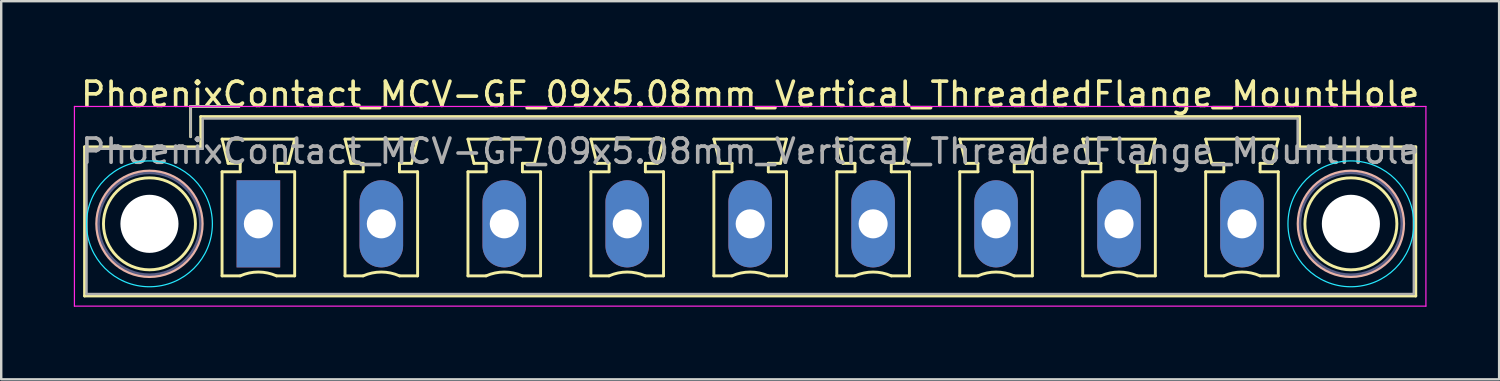
<source format=kicad_pcb>
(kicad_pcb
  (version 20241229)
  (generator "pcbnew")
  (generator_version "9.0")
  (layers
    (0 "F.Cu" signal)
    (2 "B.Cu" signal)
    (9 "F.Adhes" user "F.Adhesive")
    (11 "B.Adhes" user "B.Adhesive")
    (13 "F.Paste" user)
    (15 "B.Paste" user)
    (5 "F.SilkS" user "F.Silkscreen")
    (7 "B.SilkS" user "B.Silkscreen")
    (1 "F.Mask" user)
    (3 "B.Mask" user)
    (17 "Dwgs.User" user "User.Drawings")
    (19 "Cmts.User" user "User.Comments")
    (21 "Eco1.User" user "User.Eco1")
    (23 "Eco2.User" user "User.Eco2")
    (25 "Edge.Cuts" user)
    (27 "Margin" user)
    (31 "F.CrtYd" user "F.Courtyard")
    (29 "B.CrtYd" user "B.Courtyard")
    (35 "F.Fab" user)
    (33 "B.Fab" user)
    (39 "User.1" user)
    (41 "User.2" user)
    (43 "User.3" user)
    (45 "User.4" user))
  (footprint "PhoenixContact_MCV-GF_09x5.08mm_Vertical_ThreadedFlange_MountHole"
    (layer "F.Cu")
    (at 7.625 6.198)
    (property "Reference" "PhoenixContact_MCV-GF_09x5.08mm_Vertical_ThreadedFlange_MountHole" (at 20.32 -5.35 0) (layer "F.SilkS") (effects (font (size 1 1) (thickness 0.15))))
    (attr through_hole)
    (fp_line (start -7.18 -3.18) (end -7.18 2.98) (stroke (width 0.12) (type solid)) (layer "F.SilkS"))
    (fp_line (start -7.18 2.98) (end 47.82 2.98) (stroke (width 0.12) (type solid)) (layer "F.SilkS"))
    (fp_line (start -2.8 -4.85) (end -0.8 -4.85) (stroke (width 0.12) (type solid)) (layer "F.SilkS"))
    (fp_line (start -2.8 -3.6) (end -2.8 -4.85) (stroke (width 0.12) (type solid)) (layer "F.SilkS"))
    (fp_line (start -2.38 -4.43) (end -2.38 -3.18) (stroke (width 0.12) (type solid)) (layer "F.SilkS"))
    (fp_line (start -2.38 -3.18) (end -7.18 -3.18) (stroke (width 0.12) (type solid)) (layer "F.SilkS"))
    (fp_line (start -1.5 -3.5) (end 1.5 -3.5) (stroke (width 0.12) (type solid)) (layer "F.SilkS"))
    (fp_line (start -1.5 -2.15) (end -0.75 -2.15) (stroke (width 0.12) (type solid)) (layer "F.SilkS"))
    (fp_line (start -1.5 2.15) (end -1.5 -2.15) (stroke (width 0.12) (type solid)) (layer "F.SilkS"))
    (fp_line (start -1.25 -2.5) (end -1.5 -3.5) (stroke (width 0.12) (type solid)) (layer "F.SilkS"))
    (fp_line (start -0.75 -2.5) (end -1.25 -2.5) (stroke (width 0.12) (type solid)) (layer "F.SilkS"))
    (fp_line (start -0.75 -2.15) (end -0.75 -2.5) (stroke (width 0.12) (type solid)) (layer "F.SilkS"))
    (fp_line (start -0.75 2.15) (end -1.5 2.15) (stroke (width 0.12) (type solid)) (layer "F.SilkS"))
    (fp_line (start 0.75 -2.5) (end 0.75 -2.15) (stroke (width 0.12) (type solid)) (layer "F.SilkS"))
    (fp_line (start 0.75 -2.15) (end 1.5 -2.15) (stroke (width 0.12) (type solid)) (layer "F.SilkS"))
    (fp_line (start 1.25 -2.5) (end 0.75 -2.5) (stroke (width 0.12) (type solid)) (layer "F.SilkS"))
    (fp_line (start 1.5 -3.5) (end 1.25 -2.5) (stroke (width 0.12) (type solid)) (layer "F.SilkS"))
    (fp_line (start 1.5 -2.15) (end 1.5 2.15) (stroke (width 0.12) (type solid)) (layer "F.SilkS"))
    (fp_line (start 1.5 2.15) (end 0.75 2.15) (stroke (width 0.12) (type solid)) (layer "F.SilkS"))
    (fp_line (start 3.58 -3.5) (end 6.58 -3.5) (stroke (width 0.12) (type solid)) (layer "F.SilkS"))
    (fp_line (start 3.58 -2.15) (end 4.33 -2.15) (stroke (width 0.12) (type solid)) (layer "F.SilkS"))
    (fp_line (start 3.58 2.15) (end 3.58 -2.15) (stroke (width 0.12) (type solid)) (layer "F.SilkS"))
    (fp_line (start 3.83 -2.5) (end 3.58 -3.5) (stroke (width 0.12) (type solid)) (layer "F.SilkS"))
    (fp_line (start 4.33 -2.5) (end 3.83 -2.5) (stroke (width 0.12) (type solid)) (layer "F.SilkS"))
    (fp_line (start 4.33 -2.15) (end 4.33 -2.5) (stroke (width 0.12) (type solid)) (layer "F.SilkS"))
    (fp_line (start 4.33 2.15) (end 3.58 2.15) (stroke (width 0.12) (type solid)) (layer "F.SilkS"))
    (fp_line (start 5.83 -2.5) (end 5.83 -2.15) (stroke (width 0.12) (type solid)) (layer "F.SilkS"))
    (fp_line (start 5.83 -2.15) (end 6.58 -2.15) (stroke (width 0.12) (type solid)) (layer "F.SilkS"))
    (fp_line (start 6.33 -2.5) (end 5.83 -2.5) (stroke (width 0.12) (type solid)) (layer "F.SilkS"))
    (fp_line (start 6.58 -3.5) (end 6.33 -2.5) (stroke (width 0.12) (type solid)) (layer "F.SilkS"))
    (fp_line (start 6.58 -2.15) (end 6.58 2.15) (stroke (width 0.12) (type solid)) (layer "F.SilkS"))
    (fp_line (start 6.58 2.15) (end 5.83 2.15) (stroke (width 0.12) (type solid)) (layer "F.SilkS"))
    (fp_line (start 8.66 -3.5) (end 11.66 -3.5) (stroke (width 0.12) (type solid)) (layer "F.SilkS"))
    (fp_line (start 8.66 -2.15) (end 9.41 -2.15) (stroke (width 0.12) (type solid)) (layer "F.SilkS"))
    (fp_line (start 8.66 2.15) (end 8.66 -2.15) (stroke (width 0.12) (type solid)) (layer "F.SilkS"))
    (fp_line (start 8.91 -2.5) (end 8.66 -3.5) (stroke (width 0.12) (type solid)) (layer "F.SilkS"))
    (fp_line (start 9.41 -2.5) (end 8.91 -2.5) (stroke (width 0.12) (type solid)) (layer "F.SilkS"))
    (fp_line (start 9.41 -2.15) (end 9.41 -2.5) (stroke (width 0.12) (type solid)) (layer "F.SilkS"))
    (fp_line (start 9.41 2.15) (end 8.66 2.15) (stroke (width 0.12) (type solid)) (layer "F.SilkS"))
    (fp_line (start 10.91 -2.5) (end 10.91 -2.15) (stroke (width 0.12) (type solid)) (layer "F.SilkS"))
    (fp_line (start 10.91 -2.15) (end 11.66 -2.15) (stroke (width 0.12) (type solid)) (layer "F.SilkS"))
    (fp_line (start 11.41 -2.5) (end 10.91 -2.5) (stroke (width 0.12) (type solid)) (layer "F.SilkS"))
    (fp_line (start 11.66 -3.5) (end 11.41 -2.5) (stroke (width 0.12) (type solid)) (layer "F.SilkS"))
    (fp_line (start 11.66 -2.15) (end 11.66 2.15) (stroke (width 0.12) (type solid)) (layer "F.SilkS"))
    (fp_line (start 11.66 2.15) (end 10.91 2.15) (stroke (width 0.12) (type solid)) (layer "F.SilkS"))
    (fp_line (start 13.74 -3.5) (end 16.74 -3.5) (stroke (width 0.12) (type solid)) (layer "F.SilkS"))
    (fp_line (start 13.74 -2.15) (end 14.49 -2.15) (stroke (width 0.12) (type solid)) (layer "F.SilkS"))
    (fp_line (start 13.74 2.15) (end 13.74 -2.15) (stroke (width 0.12) (type solid)) (layer "F.SilkS"))
    (fp_line (start 13.99 -2.5) (end 13.74 -3.5) (stroke (width 0.12) (type solid)) (layer "F.SilkS"))
    (fp_line (start 14.49 -2.5) (end 13.99 -2.5) (stroke (width 0.12) (type solid)) (layer "F.SilkS"))
    (fp_line (start 14.49 -2.15) (end 14.49 -2.5) (stroke (width 0.12) (type solid)) (layer "F.SilkS"))
    (fp_line (start 14.49 2.15) (end 13.74 2.15) (stroke (width 0.12) (type solid)) (layer "F.SilkS"))
    (fp_line (start 15.99 -2.5) (end 15.99 -2.15) (stroke (width 0.12) (type solid)) (layer "F.SilkS"))
    (fp_line (start 15.99 -2.15) (end 16.74 -2.15) (stroke (width 0.12) (type solid)) (layer "F.SilkS"))
    (fp_line (start 16.49 -2.5) (end 15.99 -2.5) (stroke (width 0.12) (type solid)) (layer "F.SilkS"))
    (fp_line (start 16.74 -3.5) (end 16.49 -2.5) (stroke (width 0.12) (type solid)) (layer "F.SilkS"))
    (fp_line (start 16.74 -2.15) (end 16.74 2.15) (stroke (width 0.12) (type solid)) (layer "F.SilkS"))
    (fp_line (start 16.74 2.15) (end 15.99 2.15) (stroke (width 0.12) (type solid)) (layer "F.SilkS"))
    (fp_line (start 18.82 -3.5) (end 21.82 -3.5) (stroke (width 0.12) (type solid)) (layer "F.SilkS"))
    (fp_line (start 18.82 -2.15) (end 19.57 -2.15) (stroke (width 0.12) (type solid)) (layer "F.SilkS"))
    (fp_line (start 18.82 2.15) (end 18.82 -2.15) (stroke (width 0.12) (type solid)) (layer "F.SilkS"))
    (fp_line (start 19.07 -2.5) (end 18.82 -3.5) (stroke (width 0.12) (type solid)) (layer "F.SilkS"))
    (fp_line (start 19.57 -2.5) (end 19.07 -2.5) (stroke (width 0.12) (type solid)) (layer "F.SilkS"))
    (fp_line (start 19.57 -2.15) (end 19.57 -2.5) (stroke (width 0.12) (type solid)) (layer "F.SilkS"))
    (fp_line (start 19.57 2.15) (end 18.82 2.15) (stroke (width 0.12) (type solid)) (layer "F.SilkS"))
    (fp_line (start 21.07 -2.5) (end 21.07 -2.15) (stroke (width 0.12) (type solid)) (layer "F.SilkS"))
    (fp_line (start 21.07 -2.15) (end 21.82 -2.15) (stroke (width 0.12) (type solid)) (layer "F.SilkS"))
    (fp_line (start 21.57 -2.5) (end 21.07 -2.5) (stroke (width 0.12) (type solid)) (layer "F.SilkS"))
    (fp_line (start 21.82 -3.5) (end 21.57 -2.5) (stroke (width 0.12) (type solid)) (layer "F.SilkS"))
    (fp_line (start 21.82 -2.15) (end 21.82 2.15) (stroke (width 0.12) (type solid)) (layer "F.SilkS"))
    (fp_line (start 21.82 2.15) (end 21.07 2.15) (stroke (width 0.12) (type solid)) (layer "F.SilkS"))
    (fp_line (start 23.9 -3.5) (end 26.9 -3.5) (stroke (width 0.12) (type solid)) (layer "F.SilkS"))
    (fp_line (start 23.9 -2.15) (end 24.65 -2.15) (stroke (width 0.12) (type solid)) (layer "F.SilkS"))
    (fp_line (start 23.9 2.15) (end 23.9 -2.15) (stroke (width 0.12) (type solid)) (layer "F.SilkS"))
    (fp_line (start 24.15 -2.5) (end 23.9 -3.5) (stroke (width 0.12) (type solid)) (layer "F.SilkS"))
    (fp_line (start 24.65 -2.5) (end 24.15 -2.5) (stroke (width 0.12) (type solid)) (layer "F.SilkS"))
    (fp_line (start 24.65 -2.15) (end 24.65 -2.5) (stroke (width 0.12) (type solid)) (layer "F.SilkS"))
    (fp_line (start 24.65 2.15) (end 23.9 2.15) (stroke (width 0.12) (type solid)) (layer "F.SilkS"))
    (fp_line (start 26.15 -2.5) (end 26.15 -2.15) (stroke (width 0.12) (type solid)) (layer "F.SilkS"))
    (fp_line (start 26.15 -2.15) (end 26.9 -2.15) (stroke (width 0.12) (type solid)) (layer "F.SilkS"))
    (fp_line (start 26.65 -2.5) (end 26.15 -2.5) (stroke (width 0.12) (type solid)) (layer "F.SilkS"))
    (fp_line (start 26.9 -3.5) (end 26.65 -2.5) (stroke (width 0.12) (type solid)) (layer "F.SilkS"))
    (fp_line (start 26.9 -2.15) (end 26.9 2.15) (stroke (width 0.12) (type solid)) (layer "F.SilkS"))
    (fp_line (start 26.9 2.15) (end 26.15 2.15) (stroke (width 0.12) (type solid)) (layer "F.SilkS"))
    (fp_line (start 28.98 -3.5) (end 31.98 -3.5) (stroke (width 0.12) (type solid)) (layer "F.SilkS"))
    (fp_line (start 28.98 -2.15) (end 29.73 -2.15) (stroke (width 0.12) (type solid)) (layer "F.SilkS"))
    (fp_line (start 28.98 2.15) (end 28.98 -2.15) (stroke (width 0.12) (type solid)) (layer "F.SilkS"))
    (fp_line (start 29.23 -2.5) (end 28.98 -3.5) (stroke (width 0.12) (type solid)) (layer "F.SilkS"))
    (fp_line (start 29.73 -2.5) (end 29.23 -2.5) (stroke (width 0.12) (type solid)) (layer "F.SilkS"))
    (fp_line (start 29.73 -2.15) (end 29.73 -2.5) (stroke (width 0.12) (type solid)) (layer "F.SilkS"))
    (fp_line (start 29.73 2.15) (end 28.98 2.15) (stroke (width 0.12) (type solid)) (layer "F.SilkS"))
    (fp_line (start 31.23 -2.5) (end 31.23 -2.15) (stroke (width 0.12) (type solid)) (layer "F.SilkS"))
    (fp_line (start 31.23 -2.15) (end 31.98 -2.15) (stroke (width 0.12) (type solid)) (layer "F.SilkS"))
    (fp_line (start 31.73 -2.5) (end 31.23 -2.5) (stroke (width 0.12) (type solid)) (layer "F.SilkS"))
    (fp_line (start 31.98 -3.5) (end 31.73 -2.5) (stroke (width 0.12) (type solid)) (layer "F.SilkS"))
    (fp_line (start 31.98 -2.15) (end 31.98 2.15) (stroke (width 0.12) (type solid)) (layer "F.SilkS"))
    (fp_line (start 31.98 2.15) (end 31.23 2.15) (stroke (width 0.12) (type solid)) (layer "F.SilkS"))
    (fp_line (start 34.06 -3.5) (end 37.06 -3.5) (stroke (width 0.12) (type solid)) (layer "F.SilkS"))
    (fp_line (start 34.06 -2.15) (end 34.81 -2.15) (stroke (width 0.12) (type solid)) (layer "F.SilkS"))
    (fp_line (start 34.06 2.15) (end 34.06 -2.15) (stroke (width 0.12) (type solid)) (layer "F.SilkS"))
    (fp_line (start 34.31 -2.5) (end 34.06 -3.5) (stroke (width 0.12) (type solid)) (layer "F.SilkS"))
    (fp_line (start 34.81 -2.5) (end 34.31 -2.5) (stroke (width 0.12) (type solid)) (layer "F.SilkS"))
    (fp_line (start 34.81 -2.15) (end 34.81 -2.5) (stroke (width 0.12) (type solid)) (layer "F.SilkS"))
    (fp_line (start 34.81 2.15) (end 34.06 2.15) (stroke (width 0.12) (type solid)) (layer "F.SilkS"))
    (fp_line (start 36.31 -2.5) (end 36.31 -2.15) (stroke (width 0.12) (type solid)) (layer "F.SilkS"))
    (fp_line (start 36.31 -2.15) (end 37.06 -2.15) (stroke (width 0.12) (type solid)) (layer "F.SilkS"))
    (fp_line (start 36.81 -2.5) (end 36.31 -2.5) (stroke (width 0.12) (type solid)) (layer "F.SilkS"))
    (fp_line (start 37.06 -3.5) (end 36.81 -2.5) (stroke (width 0.12) (type solid)) (layer "F.SilkS"))
    (fp_line (start 37.06 -2.15) (end 37.06 2.15) (stroke (width 0.12) (type solid)) (layer "F.SilkS"))
    (fp_line (start 37.06 2.15) (end 36.31 2.15) (stroke (width 0.12) (type solid)) (layer "F.SilkS"))
    (fp_line (start 39.14 -3.5) (end 42.14 -3.5) (stroke (width 0.12) (type solid)) (layer "F.SilkS"))
    (fp_line (start 39.14 -2.15) (end 39.89 -2.15) (stroke (width 0.12) (type solid)) (layer "F.SilkS"))
    (fp_line (start 39.14 2.15) (end 39.14 -2.15) (stroke (width 0.12) (type solid)) (layer "F.SilkS"))
    (fp_line (start 39.39 -2.5) (end 39.14 -3.5) (stroke (width 0.12) (type solid)) (layer "F.SilkS"))
    (fp_line (start 39.89 -2.5) (end 39.39 -2.5) (stroke (width 0.12) (type solid)) (layer "F.SilkS"))
    (fp_line (start 39.89 -2.15) (end 39.89 -2.5) (stroke (width 0.12) (type solid)) (layer "F.SilkS"))
    (fp_line (start 39.89 2.15) (end 39.14 2.15) (stroke (width 0.12) (type solid)) (layer "F.SilkS"))
    (fp_line (start 41.39 -2.5) (end 41.39 -2.15) (stroke (width 0.12) (type solid)) (layer "F.SilkS"))
    (fp_line (start 41.39 -2.15) (end 42.14 -2.15) (stroke (width 0.12) (type solid)) (layer "F.SilkS"))
    (fp_line (start 41.89 -2.5) (end 41.39 -2.5) (stroke (width 0.12) (type solid)) (layer "F.SilkS"))
    (fp_line (start 42.14 -3.5) (end 41.89 -2.5) (stroke (width 0.12) (type solid)) (layer "F.SilkS"))
    (fp_line (start 42.14 -2.15) (end 42.14 2.15) (stroke (width 0.12) (type solid)) (layer "F.SilkS"))
    (fp_line (start 42.14 2.15) (end 41.39 2.15) (stroke (width 0.12) (type solid)) (layer "F.SilkS"))
    (fp_line (start 43.02 -4.43) (end -2.38 -4.43) (stroke (width 0.12) (type solid)) (layer "F.SilkS"))
    (fp_line (start 43.02 -3.18) (end 43.02 -4.43) (stroke (width 0.12) (type solid)) (layer "F.SilkS"))
    (fp_line (start 47.82 -3.18) (end 43.02 -3.18) (stroke (width 0.12) (type solid)) (layer "F.SilkS"))
    (fp_line (start 47.82 2.98) (end 47.82 -3.18) (stroke (width 0.12) (type solid)) (layer "F.SilkS"))
    (fp_arc (start -0.75 2.15) (mid -0.000193 1.99191) (end 0.749647 2.149844) (stroke (width 0.12) (type solid)) (layer "F.SilkS"))
    (fp_arc (start 4.33 2.15) (mid 5.079807 1.99191) (end 5.829647 2.149844) (stroke (width 0.12) (type solid)) (layer "F.SilkS"))
    (fp_arc (start 9.41 2.15) (mid 10.159807 1.99191) (end 10.909647 2.149844) (stroke (width 0.12) (type solid)) (layer "F.SilkS"))
    (fp_arc (start 14.49 2.15) (mid 15.239807 1.99191) (end 15.989647 2.149844) (stroke (width 0.12) (type solid)) (layer "F.SilkS"))
    (fp_arc (start 19.57 2.15) (mid 20.319807 1.99191) (end 21.069647 2.149844) (stroke (width 0.12) (type solid)) (layer "F.SilkS"))
    (fp_arc (start 24.65 2.15) (mid 25.399807 1.99191) (end 26.149647 2.149844) (stroke (width 0.12) (type solid)) (layer "F.SilkS"))
    (fp_arc (start 29.73 2.15) (mid 30.479807 1.99191) (end 31.229647 2.149844) (stroke (width 0.12) (type solid)) (layer "F.SilkS"))
    (fp_arc (start 34.81 2.15) (mid 35.559807 1.99191) (end 36.309647 2.149844) (stroke (width 0.12) (type solid)) (layer "F.SilkS"))
    (fp_arc (start 39.89 2.15) (mid 40.639807 1.99191) (end 41.389647 2.149844) (stroke (width 0.12) (type solid)) (layer "F.SilkS"))
    (fp_circle (center -4.5 0) (end -2.6 0) (stroke (width 0.12) (type solid)) (fill no) (layer "F.SilkS"))
    (fp_circle (center 45.14 0) (end 47.04 0) (stroke (width 0.12) (type solid)) (fill no) (layer "F.SilkS"))
    (fp_circle (center -4.5 0) (end -2.32 0) (stroke (width 0.12) (type solid)) (fill no) (layer "B.SilkS"))
    (fp_circle (center 45.14 0) (end 47.32 0) (stroke (width 0.12) (type solid)) (fill no) (layer "B.SilkS"))
    (fp_circle (center -4.5 0) (end -1.9 0) (stroke (width 0.05) (type solid)) (fill no) (layer "B.CrtYd"))
    (fp_circle (center 45.14 0) (end 47.74 0) (stroke (width 0.05) (type solid)) (fill no) (layer "B.CrtYd"))
    (fp_line (start -7.6 -4.85) (end -7.6 3.4) (stroke (width 0.05) (type solid)) (layer "F.CrtYd"))
    (fp_line (start -7.6 3.4) (end 48.24 3.4) (stroke (width 0.05) (type solid)) (layer "F.CrtYd"))
    (fp_line (start 48.24 -4.85) (end -7.6 -4.85) (stroke (width 0.05) (type solid)) (layer "F.CrtYd"))
    (fp_line (start 48.24 3.4) (end 48.24 -4.85) (stroke (width 0.05) (type solid)) (layer "F.CrtYd"))
    (fp_circle (center -4.5 0) (end -2.4 0) (stroke (width 0.1) (type solid)) (fill no) (layer "B.Fab"))
    (fp_circle (center 45.14 0) (end 47.24 0) (stroke (width 0.1) (type solid)) (fill no) (layer "B.Fab"))
    (fp_line (start -7.1 -3.1) (end -7.1 2.9) (stroke (width 0.1) (type solid)) (layer "F.Fab"))
    (fp_line (start -7.1 2.9) (end 47.74 2.9) (stroke (width 0.1) (type solid)) (layer "F.Fab"))
    (fp_line (start -2.8 -4.85) (end -0.8 -4.85) (stroke (width 0.1) (type solid)) (layer "F.Fab"))
    (fp_line (start -2.8 -3.6) (end -2.8 -4.85) (stroke (width 0.1) (type solid)) (layer "F.Fab"))
    (fp_line (start -2.3 -4.35) (end -2.3 -3.1) (stroke (width 0.1) (type solid)) (layer "F.Fab"))
    (fp_line (start -2.3 -3.1) (end -7.1 -3.1) (stroke (width 0.1) (type solid)) (layer "F.Fab"))
    (fp_line (start 42.94 -4.35) (end -2.3 -4.35) (stroke (width 0.1) (type solid)) (layer "F.Fab"))
    (fp_line (start 42.94 -3.1) (end 42.94 -4.35) (stroke (width 0.1) (type solid)) (layer "F.Fab"))
    (fp_line (start 47.74 -3.1) (end 42.94 -3.1) (stroke (width 0.1) (type solid)) (layer "F.Fab"))
    (fp_line (start 47.74 2.9) (end 47.74 -3.1) (stroke (width 0.1) (type solid)) (layer "F.Fab"))
    (fp_text user "${REFERENCE}" (at 20.32 -3 0) (layer "F.Fab") (effects (font (size 1 1) (thickness 0.15))))
    (pad "" np_thru_hole circle (at -4.5 0) (size 2.4 2.4) (drill 2.4) (layers "*.Cu" "*.Mask"))
    (pad "" np_thru_hole circle (at 45.14 0) (size 2.4 2.4) (drill 2.4) (layers "*.Cu" "*.Mask"))
    (pad "1" thru_hole rect (at 0 0) (size 1.8 3.6) (drill 1.2) (layers "*.Cu" "*.Mask"))
    (pad "2" thru_hole oval (at 5.08 0) (size 1.8 3.6) (drill 1.2) (layers "*.Cu" "*.Mask"))
    (pad "3" thru_hole oval (at 10.16 0) (size 1.8 3.6) (drill 1.2) (layers "*.Cu" "*.Mask"))
    (pad "4" thru_hole oval (at 15.24 0) (size 1.8 3.6) (drill 1.2) (layers "*.Cu" "*.Mask"))
    (pad "5" thru_hole oval (at 20.32 0) (size 1.8 3.6) (drill 1.2) (layers "*.Cu" "*.Mask"))
    (pad "6" thru_hole oval (at 25.4 0) (size 1.8 3.6) (drill 1.2) (layers "*.Cu" "*.Mask"))
    (pad "7" thru_hole oval (at 30.48 0) (size 1.8 3.6) (drill 1.2) (layers "*.Cu" "*.Mask"))
    (pad "8" thru_hole oval (at 35.56 0) (size 1.8 3.6) (drill 1.2) (layers "*.Cu" "*.Mask"))
    (pad "9" thru_hole oval (at 40.64 0) (size 1.8 3.6) (drill 1.2) (layers "*.Cu" "*.Mask")))
  (gr_rect
    (start -3 -3)
    (end 58.89 12.623)
    (stroke (width 0.1) (type default))
    (fill no)
    (layer "Edge.Cuts")))
</source>
